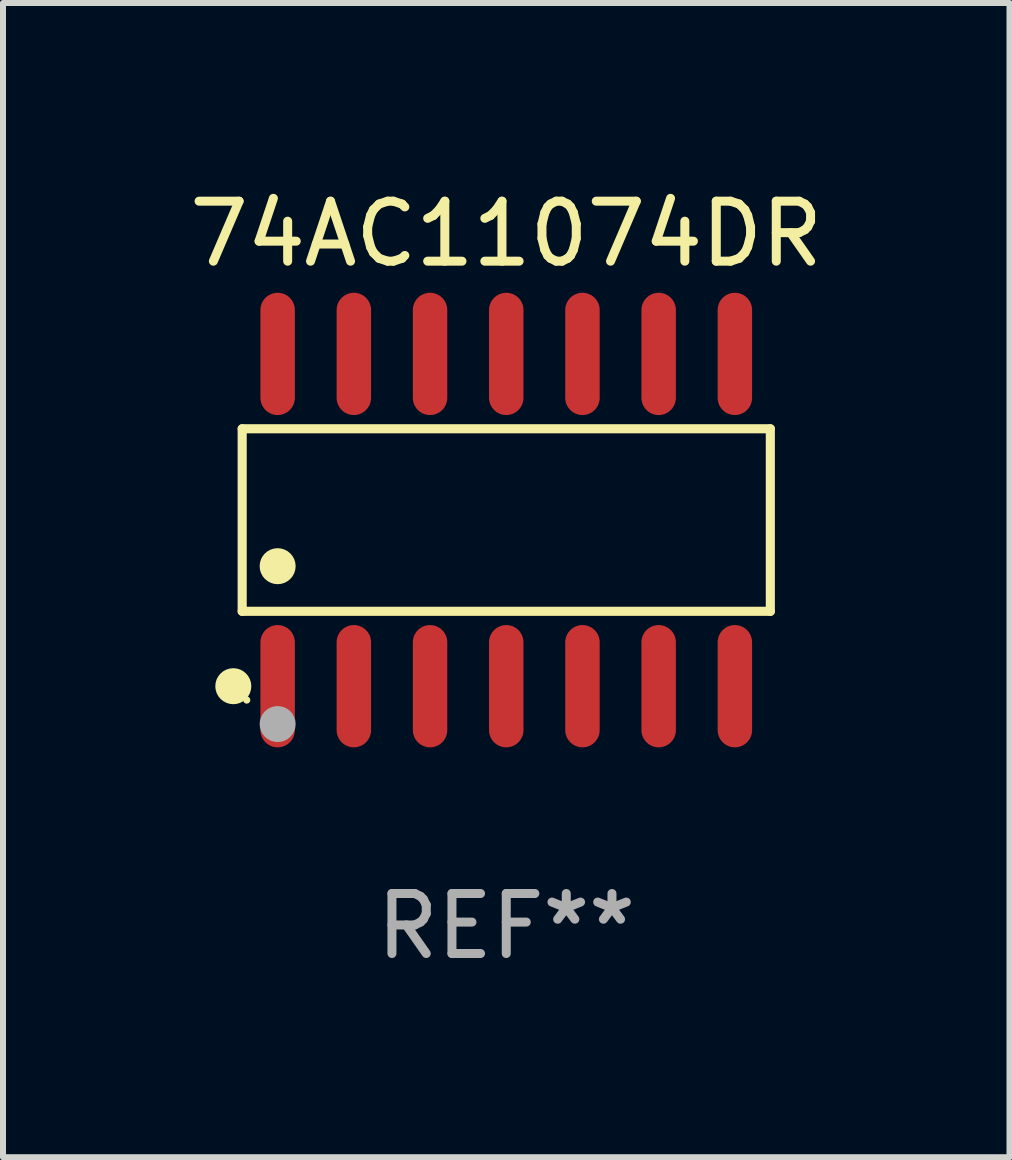
<source format=kicad_pcb>
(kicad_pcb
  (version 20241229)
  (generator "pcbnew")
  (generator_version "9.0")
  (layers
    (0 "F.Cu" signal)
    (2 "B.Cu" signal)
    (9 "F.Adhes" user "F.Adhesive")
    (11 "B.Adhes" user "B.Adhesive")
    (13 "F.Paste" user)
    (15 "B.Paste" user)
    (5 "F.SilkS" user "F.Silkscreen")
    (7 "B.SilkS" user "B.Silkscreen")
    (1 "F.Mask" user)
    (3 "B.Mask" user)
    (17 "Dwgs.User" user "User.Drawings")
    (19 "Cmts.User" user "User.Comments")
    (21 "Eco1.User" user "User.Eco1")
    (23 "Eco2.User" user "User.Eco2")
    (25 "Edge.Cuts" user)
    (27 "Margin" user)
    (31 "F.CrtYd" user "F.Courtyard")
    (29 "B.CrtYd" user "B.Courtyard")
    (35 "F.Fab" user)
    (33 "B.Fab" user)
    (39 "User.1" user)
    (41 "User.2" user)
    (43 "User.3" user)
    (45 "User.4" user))
  (footprint "74AC11074DR"
    (layer "F.Cu")
    (at 5.387 5.617)
    (property "Reference" "74AC11074DR" (at 0 -4.769 0) (layer "F.SilkS") (effects (font (size 1 1) (thickness 0.15))))
    (attr through_hole)
    (fp_line (start -4.401 -1.521) (end 4.401 -1.521) (stroke (width 0.152) (type solid)) (layer "F.SilkS"))
    (fp_line (start -4.401 1.521) (end -4.401 -1.521) (stroke (width 0.152) (type solid)) (layer "F.SilkS"))
    (fp_line (start 4.401 -1.521) (end 4.401 1.521) (stroke (width 0.152) (type solid)) (layer "F.SilkS"))
    (fp_line (start 4.401 1.521) (end -4.401 1.521) (stroke (width 0.152) (type solid)) (layer "F.SilkS"))
    (fp_circle (center -4.549 2.769) (end -4.399 2.769) (stroke (width 0.3) (type solid)) (fill no) (layer "F.SilkS"))
    (fp_circle (center -4.325 3) (end -4.295 3) (stroke (width 0.06) (type solid)) (fill no) (layer "F.SilkS"))
    (fp_circle (center -3.81 0.769) (end -3.66 0.769) (stroke (width 0.3) (type solid)) (fill no) (layer "F.SilkS"))
    (fp_circle (center -3.81 3.4) (end -3.66 3.4) (stroke (width 0.3) (type solid)) (fill no) (layer "F.Fab"))
    (fp_text user "REF**" (at 0 6.769 0) (layer "F.Fab") (effects (font (size 1 1) (thickness 0.15))))
    (pad "1" smd oval (at -3.81 2.769) (size 0.574 2.038) (layers "F.Cu" "F.Mask" "F.Paste"))
    (pad "2" smd oval (at -2.54 2.769) (size 0.574 2.038) (layers "F.Cu" "F.Mask" "F.Paste"))
    (pad "3" smd oval (at -1.27 2.769) (size 0.574 2.038) (layers "F.Cu" "F.Mask" "F.Paste"))
    (pad "4" smd oval (at 0 2.769) (size 0.574 2.038) (layers "F.Cu" "F.Mask" "F.Paste"))
    (pad "5" smd oval (at 1.27 2.769) (size 0.574 2.038) (layers "F.Cu" "F.Mask" "F.Paste"))
    (pad "6" smd oval (at 2.54 2.769) (size 0.574 2.038) (layers "F.Cu" "F.Mask" "F.Paste"))
    (pad "7" smd oval (at 3.81 2.769) (size 0.574 2.038) (layers "F.Cu" "F.Mask" "F.Paste"))
    (pad "8" smd oval (at 3.81 -2.769) (size 0.574 2.038) (layers "F.Cu" "F.Mask" "F.Paste"))
    (pad "9" smd oval (at 2.54 -2.769) (size 0.574 2.038) (layers "F.Cu" "F.Mask" "F.Paste"))
    (pad "10" smd oval (at 1.27 -2.769) (size 0.574 2.038) (layers "F.Cu" "F.Mask" "F.Paste"))
    (pad "11" smd oval (at 0 -2.769) (size 0.574 2.038) (layers "F.Cu" "F.Mask" "F.Paste"))
    (pad "12" smd oval (at -1.27 -2.769) (size 0.574 2.038) (layers "F.Cu" "F.Mask" "F.Paste"))
    (pad "13" smd oval (at -2.54 -2.769) (size 0.574 2.038) (layers "F.Cu" "F.Mask" "F.Paste"))
    (pad "14" smd oval (at -3.81 -2.769) (size 0.574 2.038) (layers "F.Cu" "F.Mask" "F.Paste")))
  (gr_rect
    (start -3 -3)
    (end 13.774 16.235)
    (stroke (width 0.1) (type default))
    (fill no)
    (layer "Edge.Cuts")))
</source>
